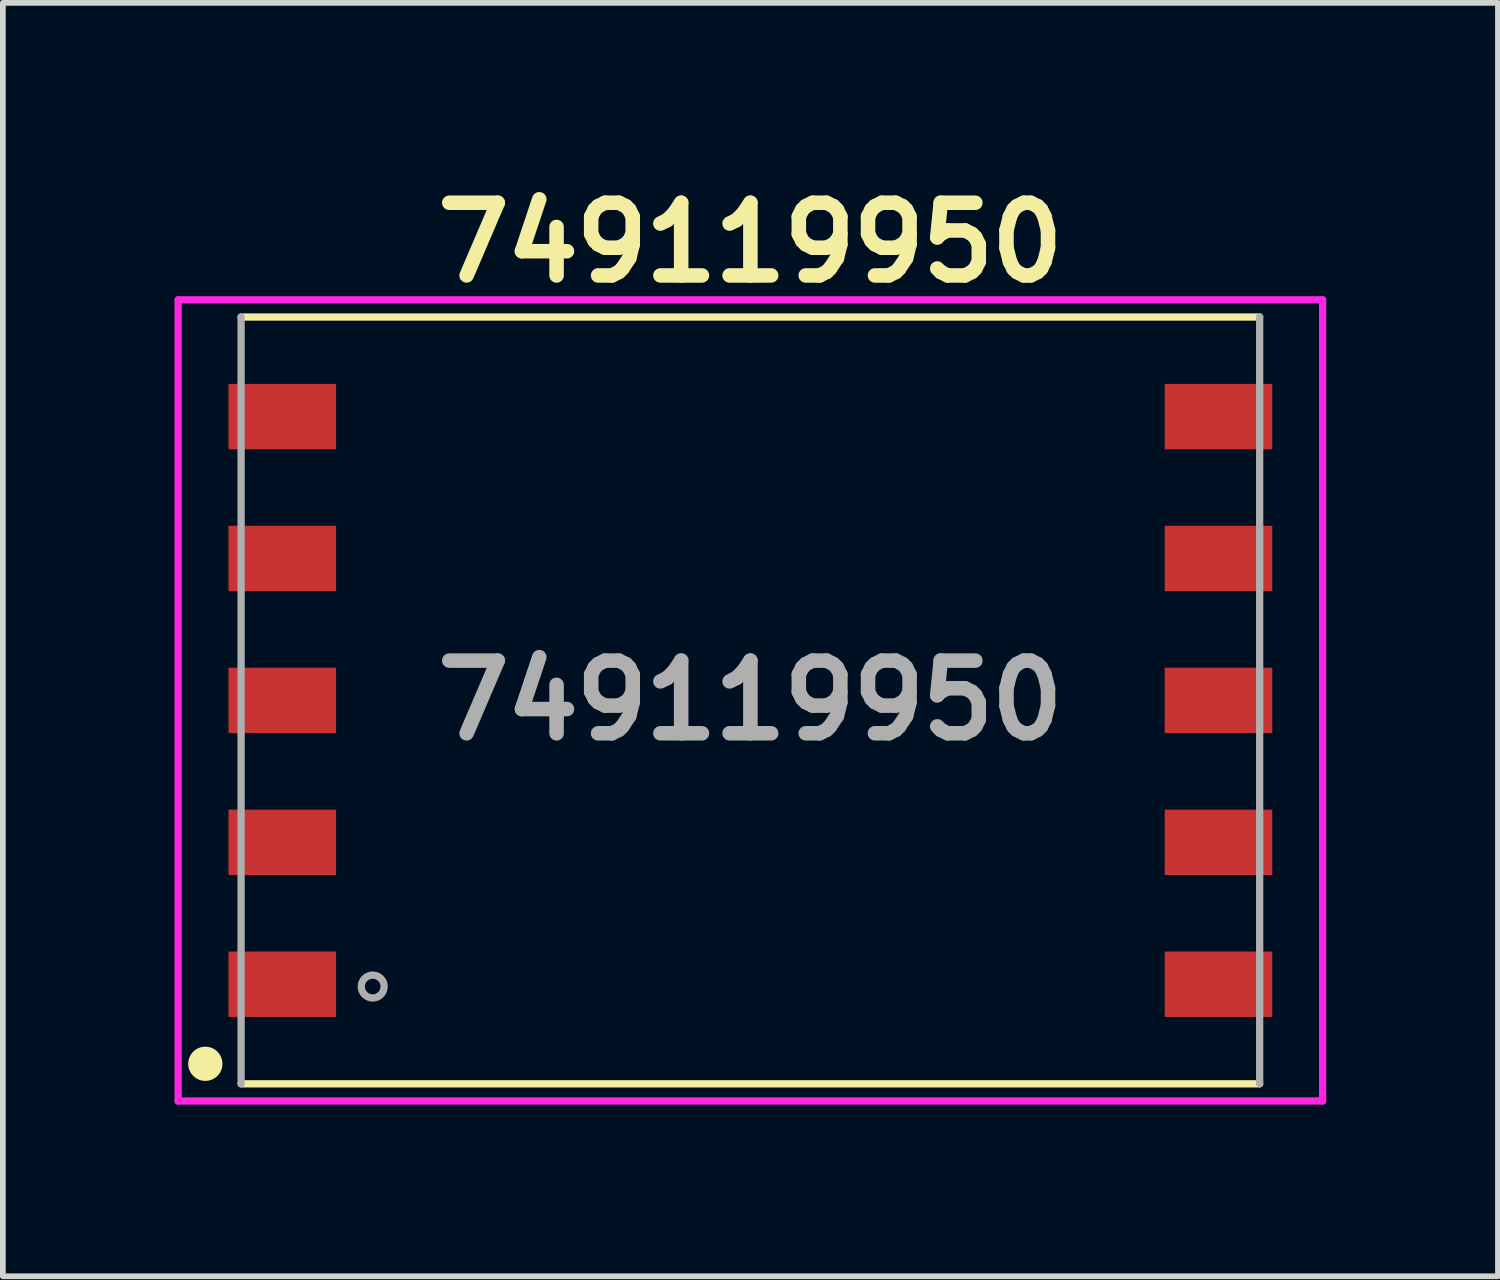
<source format=kicad_pcb>
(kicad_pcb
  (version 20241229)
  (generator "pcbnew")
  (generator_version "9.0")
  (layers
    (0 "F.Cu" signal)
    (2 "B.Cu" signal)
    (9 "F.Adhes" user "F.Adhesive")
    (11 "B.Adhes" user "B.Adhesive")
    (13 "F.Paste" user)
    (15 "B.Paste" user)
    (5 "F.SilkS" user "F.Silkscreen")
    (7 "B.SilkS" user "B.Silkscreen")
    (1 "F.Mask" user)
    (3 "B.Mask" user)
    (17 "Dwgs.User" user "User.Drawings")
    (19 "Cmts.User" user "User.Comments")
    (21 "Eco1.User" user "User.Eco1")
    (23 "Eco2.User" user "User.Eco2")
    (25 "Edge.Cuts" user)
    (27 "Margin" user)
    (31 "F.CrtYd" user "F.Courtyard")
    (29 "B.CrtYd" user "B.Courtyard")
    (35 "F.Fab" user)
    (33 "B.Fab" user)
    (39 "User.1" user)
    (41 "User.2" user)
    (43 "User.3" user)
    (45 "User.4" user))
  (footprint "749119950"
    (layer "F.Cu")
    (at 10.063 9.19)
    (property "Reference" "749119950" (at 0 -8.001 0) (layer "F.SilkS") (effects (font (size 1.27 1.27) (thickness 0.254))))
    (attr smd)
    (fp_line (start -8.9 -6.7) (end 8.9 -6.7) (stroke (width 0.127) (type solid)) (layer "F.SilkS"))
    (fp_line (start -8.9 6.7) (end 8.9 6.7) (stroke (width 0.127) (type solid)) (layer "F.SilkS"))
    (fp_circle (center -9.525 6.35) (end -9.375 6.35) (stroke (width 0.3) (type solid)) (fill no) (layer "F.SilkS"))
    (fp_line (start -10 -7) (end 10 -7) (stroke (width 0.127) (type solid)) (layer "F.CrtYd"))
    (fp_line (start -10 7) (end -10 -7) (stroke (width 0.127) (type solid)) (layer "F.CrtYd"))
    (fp_line (start 10 -7) (end 10 7) (stroke (width 0.127) (type solid)) (layer "F.CrtYd"))
    (fp_line (start 10 7) (end -10 7) (stroke (width 0.127) (type solid)) (layer "F.CrtYd"))
    (fp_line (start -8.9 -6.7) (end -8.9 6.7) (stroke (width 0.127) (type solid)) (layer "F.Fab"))
    (fp_line (start 8.9 -6.7) (end 8.9 6.7) (stroke (width 0.127) (type solid)) (layer "F.Fab"))
    (fp_circle (center -6.6 5) (end -6.6 5.2) (stroke (width 0.127) (type solid)) (fill no) (layer "F.Fab"))
    (fp_text user "${REFERENCE}" (at 0 0 0) (layer "F.Fab") (effects (font (size 1.27 1.27) (thickness 0.254))))
    (pad "1" smd rect (at -8.18 4.96 90) (size 1.143 1.88) (layers "F.Cu" "F.Mask" "F.Paste"))
    (pad "2" smd rect (at -8.18 2.48 90) (size 1.143 1.88) (layers "F.Cu" "F.Mask" "F.Paste"))
    (pad "3" smd rect (at -8.18 0 90) (size 1.143 1.88) (layers "F.Cu" "F.Mask" "F.Paste"))
    (pad "4" smd rect (at -8.18 -2.48 90) (size 1.143 1.88) (layers "F.Cu" "F.Mask" "F.Paste"))
    (pad "5" smd rect (at -8.18 -4.96 90) (size 1.143 1.88) (layers "F.Cu" "F.Mask" "F.Paste"))
    (pad "6" smd rect (at 8.18 -4.96 90) (size 1.143 1.88) (layers "F.Cu" "F.Mask" "F.Paste"))
    (pad "7" smd rect (at 8.18 -2.48 90) (size 1.143 1.88) (layers "F.Cu" "F.Mask" "F.Paste"))
    (pad "8" smd rect (at 8.18 0 90) (size 1.143 1.88) (layers "F.Cu" "F.Mask" "F.Paste"))
    (pad "9" smd rect (at 8.18 2.48 90) (size 1.143 1.88) (layers "F.Cu" "F.Mask" "F.Paste"))
    (pad "10" smd rect (at 8.18 4.96 90) (size 1.143 1.88) (layers "F.Cu" "F.Mask" "F.Paste")))
  (gr_rect
    (start -3 -3)
    (end 23.127 19.253)
    (stroke (width 0.1) (type default))
    (fill no)
    (layer "Edge.Cuts")))
</source>
